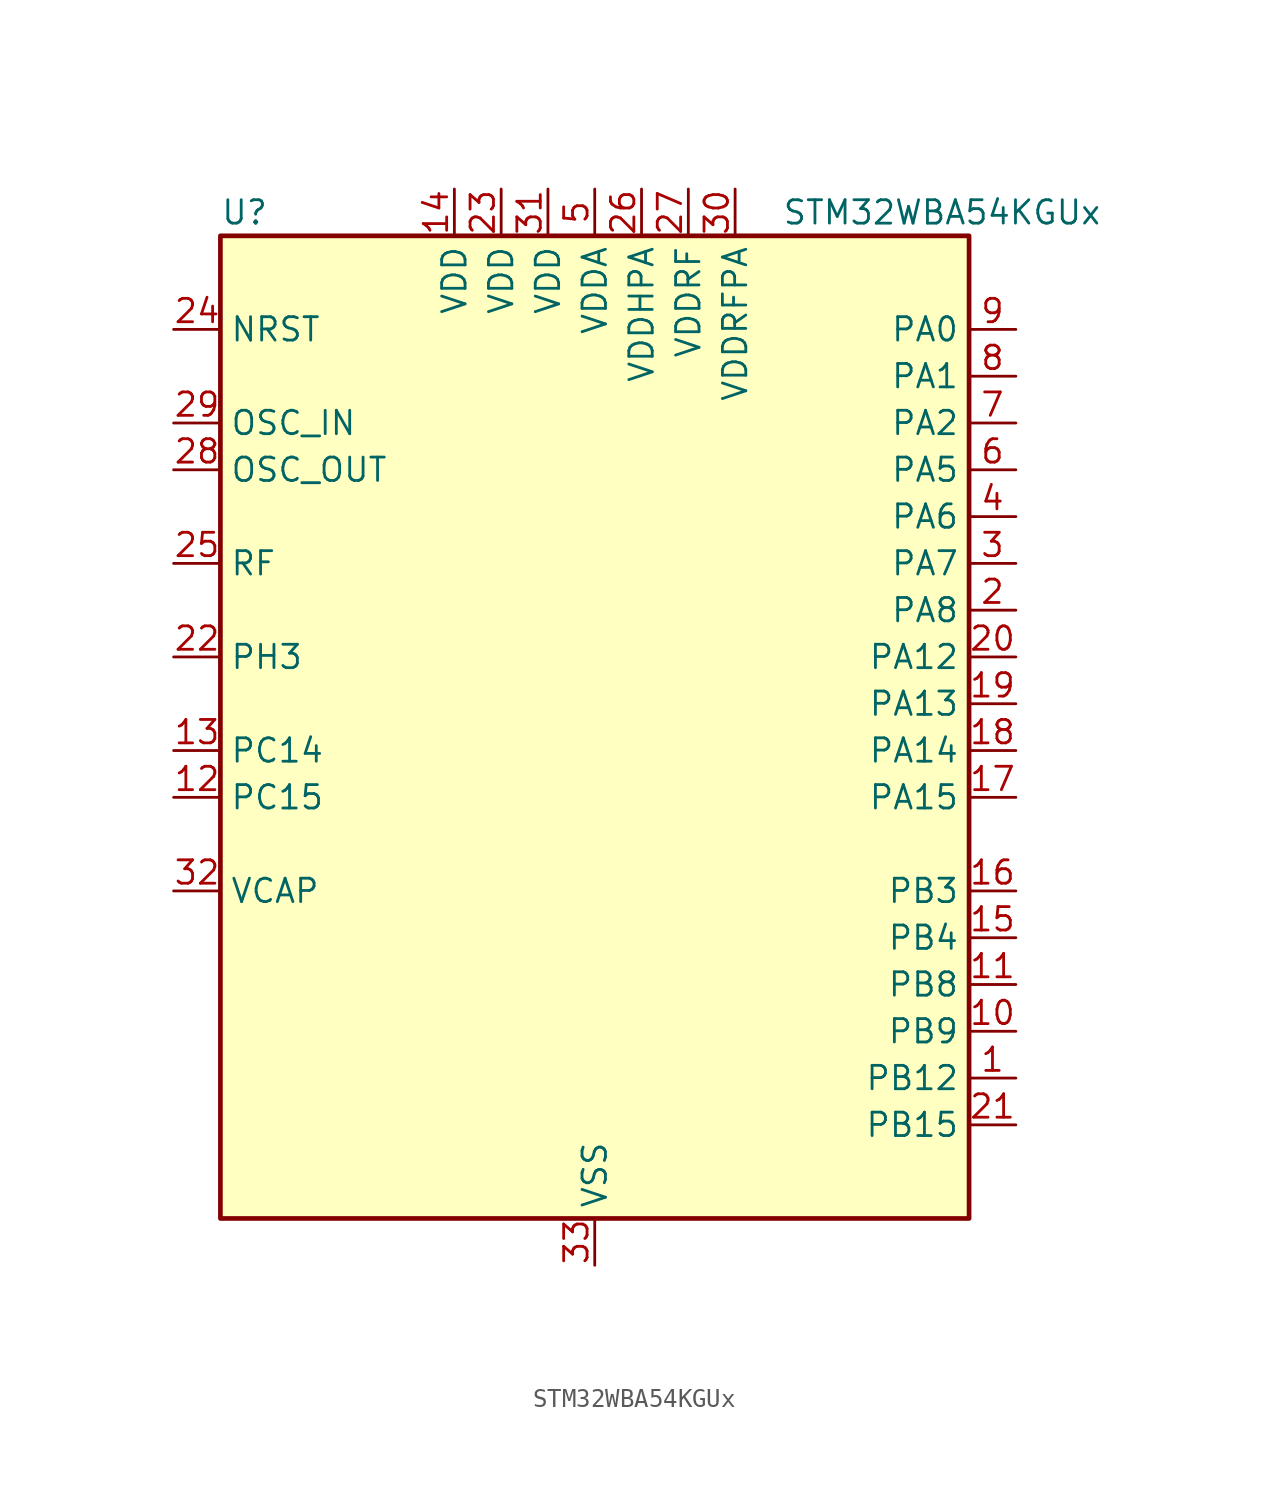
<source format=kicad_sym>
(kicad_symbol_lib
  (version 20241209)
  (generator "kicad_symbol_editor")
  (generator_version "9.0")
  (symbol "STM32WBA54KGUx"
    (property "Reference" "U"
      (at -20.32 29.21 0)
      (effects (font (size 1.27 1.27)) (justify left)))
    (property "Value" "STM32WBA54KGUx"
      (at 10.16 29.21 0)
      (effects (font (size 1.27 1.27)) (justify left)))
    (symbol "STM32WBA54KGUx_0_1"
      (rectangle (start -20.32 -25.4) (end 20.32 27.94) (stroke (width 0.254) (type default)) (fill (type background))))
    (symbol "STM32WBA54KGUx_1_1"
      (pin input line (at -22.86 22.86 0) (length 2.54) (name "NRST" (effects (font (size 1.27 1.27)))) (number "24" (effects (font (size 1.27 1.27)))))
      (pin input line (at -22.86 17.78 0) (length 2.54) (name "OSC_IN" (effects (font (size 1.27 1.27)))) (number "29" (effects (font (size 1.27 1.27)))) (alternate "RCC_OSC_IN" bidirectional line))
      (pin input line (at -22.86 15.24 0) (length 2.54) (name "OSC_OUT" (effects (font (size 1.27 1.27)))) (number "28" (effects (font (size 1.27 1.27)))) (alternate "RCC_OSC_OUT" bidirectional line))
      (pin bidirectional line (at -22.86 10.16 0) (length 2.54) (name "RF" (effects (font (size 1.27 1.27)))) (number "25" (effects (font (size 1.27 1.27)))))
      (pin bidirectional line (at -22.86 5.08 0) (length 2.54) (name "PH3" (effects (font (size 1.27 1.27)))) (number "22" (effects (font (size 1.27 1.27)))) (alternate "PTA_GRANT" bidirectional line) (alternate "RF_EXTPABYP" bidirectional line) (alternate "TAMP_IN2" bidirectional line) (alternate "TAMP_OUT1" bidirectional line))
      (pin bidirectional line (at -22.86 0 0) (length 2.54) (name "PC14" (effects (font (size 1.27 1.27)))) (number "13" (effects (font (size 1.27 1.27)))) (alternate "RCC_OSC32_IN" bidirectional line))
      (pin bidirectional line (at -22.86 -2.54 0) (length 2.54) (name "PC15" (effects (font (size 1.27 1.27)))) (number "12" (effects (font (size 1.27 1.27)))) (alternate "ADC4_EXTI15" bidirectional line) (alternate "RCC_OSC32_OUT" bidirectional line))
      (pin power_out line (at -22.86 -7.62 0) (length 2.54) (name "VCAP" (effects (font (size 1.27 1.27)))) (number "32" (effects (font (size 1.27 1.27)))))
      (pin power_in line (at -7.62 30.48 270) (length 2.54) (name "VDD" (effects (font (size 1.27 1.27)))) (number "14" (effects (font (size 1.27 1.27)))))
      (pin power_in line (at -5.08 30.48 270) (length 2.54) (name "VDD" (effects (font (size 1.27 1.27)))) (number "23" (effects (font (size 1.27 1.27)))))
      (pin power_in line (at -2.54 30.48 270) (length 2.54) (name "VDD" (effects (font (size 1.27 1.27)))) (number "31" (effects (font (size 1.27 1.27)))))
      (pin power_in line (at 0 30.48 270) (length 2.54) (name "VDDA" (effects (font (size 1.27 1.27)))) (number "5" (effects (font (size 1.27 1.27)))))
      (pin power_in line (at 0 -27.94 90) (length 2.54) (name "VSS" (effects (font (size 1.27 1.27)))) (number "33" (effects (font (size 1.27 1.27)))))
      (pin power_in line (at 2.54 30.48 270) (length 2.54) (name "VDDHPA" (effects (font (size 1.27 1.27)))) (number "26" (effects (font (size 1.27 1.27)))))
      (pin power_in line (at 5.08 30.48 270) (length 2.54) (name "VDDRF" (effects (font (size 1.27 1.27)))) (number "27" (effects (font (size 1.27 1.27)))))
      (pin power_in line (at 7.62 30.48 270) (length 2.54) (name "VDDRFPA" (effects (font (size 1.27 1.27)))) (number "30" (effects (font (size 1.27 1.27)))))
      (pin bidirectional line (at 22.86 22.86 180) (length 2.54) (name "PA0" (effects (font (size 1.27 1.27)))) (number "9" (effects (font (size 1.27 1.27)))) (alternate "ADC4_IN9" bidirectional line) (alternate "COMP2_INP" bidirectional line) (alternate "LPTIM1_IN1" bidirectional line) (alternate "LPUART1_CTS" bidirectional line) (alternate "PWR_WKUP1" bidirectional line) (alternate "SPI3_SCK" bidirectional line) (alternate "TIM1_CH2N" bidirectional line) (alternate "TIM3_CH3" bidirectional line) (alternate "TIM3_ETR" bidirectional line) (alternate "TSC_G2_IO2" bidirectional line))
      (pin bidirectional line (at 22.86 20.32 180) (length 2.54) (name "PA1" (effects (font (size 1.27 1.27)))) (number "8" (effects (font (size 1.27 1.27)))) (alternate "ADC4_IN8" bidirectional line) (alternate "COMP1_INM" bidirectional line) (alternate "LPTIM2_CH2" bidirectional line) (alternate "LPUART1_RX" bidirectional line) (alternate "PWR_WKUP3" bidirectional line) (alternate "SAI1_CK1" bidirectional line) (alternate "SPI1_RDY" bidirectional line) (alternate "TIM17_CH1" bidirectional line) (alternate "TIM1_CH1N" bidirectional line) (alternate "TIM3_CH2" bidirectional line) (alternate "TSC_G2_IO1" bidirectional line) (alternate "USART1_CK" bidirectional line))
      (pin bidirectional line (at 22.86 17.78 180) (length 2.54) (name "PA2" (effects (font (size 1.27 1.27)))) (number "7" (effects (font (size 1.27 1.27)))) (alternate "ADC4_IN7" bidirectional line) (alternate "COMP1_INP" bidirectional line) (alternate "LPUART1_TX" bidirectional line) (alternate "PWR_WKUP4" bidirectional line) (alternate "RCC_LSCO" bidirectional line) (alternate "SAI1_D1" bidirectional line) (alternate "TIM16_CH1" bidirectional line) (alternate "TIM1_BKIN" bidirectional line) (alternate "TIM3_CH1" bidirectional line) (alternate "TSC_G4_IO4" bidirectional line) (alternate "USART1_DE" bidirectional line) (alternate "USART1_RTS" bidirectional line))
      (pin bidirectional line (at 22.86 15.24 180) (length 2.54) (name "PA5" (effects (font (size 1.27 1.27)))) (number "6" (effects (font (size 1.27 1.27)))) (alternate "ADC4_IN4" bidirectional line) (alternate "AUDIOCLK" bidirectional line) (alternate "LPTIM2_ETR" bidirectional line) (alternate "PWR_CSLEEP" bidirectional line) (alternate "PWR_WKUP6" bidirectional line) (alternate "SAI1_D2" bidirectional line) (alternate "SPI3_NSS" bidirectional line) (alternate "TIM2_CH1" bidirectional line) (alternate "TIM2_ETR" bidirectional line) (alternate "TSC_G1_IO4" bidirectional line) (alternate "USART1_CK" bidirectional line))
      (pin bidirectional line (at 22.86 12.7 180) (length 2.54) (name "PA6" (effects (font (size 1.27 1.27)))) (number "4" (effects (font (size 1.27 1.27)))) (alternate "ADC4_IN3" bidirectional line) (alternate "I2C3_SCL" bidirectional line) (alternate "PWR_CSTOP" bidirectional line) (alternate "PWR_WKUP7" bidirectional line) (alternate "SAI1_CK2" bidirectional line) (alternate "SAI1_MCLK_A" bidirectional line) (alternate "SPI3_RDY" bidirectional line) (alternate "TIM2_CH4" bidirectional line) (alternate "TSC_G1_IO3" bidirectional line) (alternate "USART1_DE" bidirectional line) (alternate "USART1_RTS" bidirectional line))
      (pin bidirectional line (at 22.86 10.16 180) (length 2.54) (name "PA7" (effects (font (size 1.27 1.27)))) (number "3" (effects (font (size 1.27 1.27)))) (alternate "ADC4_IN2" bidirectional line) (alternate "COMP1_OUT" bidirectional line) (alternate "I2C3_SDA" bidirectional line) (alternate "PWR_WKUP8" bidirectional line) (alternate "SAI1_SCK_A" bidirectional line) (alternate "TAMP_IN1" bidirectional line) (alternate "TAMP_OUT2" bidirectional line) (alternate "TIM2_CH3" bidirectional line) (alternate "TSC_G1_IO2" bidirectional line) (alternate "USART1_CTS" bidirectional line))
      (pin bidirectional line (at 22.86 7.62 180) (length 2.54) (name "PA8" (effects (font (size 1.27 1.27)))) (number "2" (effects (font (size 1.27 1.27)))) (alternate "ADC4_IN1" bidirectional line) (alternate "LPTIM1_CH2" bidirectional line) (alternate "RCC_MCO" bidirectional line) (alternate "SAI1_FS_A" bidirectional line) (alternate "SPI3_RDY" bidirectional line) (alternate "TIM2_CH2" bidirectional line) (alternate "TSC_G1_IO1" bidirectional line) (alternate "USART1_RX" bidirectional line))
      (pin bidirectional line (at 22.86 5.08 180) (length 2.54) (name "PA12" (effects (font (size 1.27 1.27)))) (number "20" (effects (font (size 1.27 1.27)))) (alternate "COMP2_OUT" bidirectional line) (alternate "PTA_STATUS" bidirectional line) (alternate "PWR_WKUP6" bidirectional line) (alternate "RF_ANTSW0" bidirectional line) (alternate "SPI1_NSS" bidirectional line) (alternate "TIM1_CH2" bidirectional line) (alternate "TSC_G3_IO4" bidirectional line) (alternate "USART2_TX" bidirectional line))
      (pin bidirectional line (at 22.86 2.54 180) (length 2.54) (name "PA13" (effects (font (size 1.27 1.27)))) (number "19" (effects (font (size 1.27 1.27)))) (alternate "DEBUG_JTMS-SWDIO" bidirectional line) (alternate "IR_OUT" bidirectional line) (alternate "PTA_PRIORITY" bidirectional line))
      (pin bidirectional line (at 22.86 0 180) (length 2.54) (name "PA14" (effects (font (size 1.27 1.27)))) (number "18" (effects (font (size 1.27 1.27)))) (alternate "COMP2_OUT" bidirectional line) (alternate "DEBUG_JTCK-SWCLK" bidirectional line) (alternate "PTA_STATUS" bidirectional line) (alternate "TAMP_IN3" bidirectional line) (alternate "TAMP_OUT6" bidirectional line) (alternate "USART2_TX" bidirectional line))
      (pin bidirectional line (at 22.86 -2.54 180) (length 2.54) (name "PA15" (effects (font (size 1.27 1.27)))) (number "17" (effects (font (size 1.27 1.27)))) (alternate "ADC4_EXTI15" bidirectional line) (alternate "DEBUG_JTDI" bidirectional line) (alternate "I2C1_SCL" bidirectional line) (alternate "LPTIM1_CH2" bidirectional line) (alternate "PTA_STATUS" bidirectional line) (alternate "SPI1_MOSI" bidirectional line) (alternate "TIM17_BKIN" bidirectional line) (alternate "TIM1_ETR" bidirectional line) (alternate "TSC_G3_IO3" bidirectional line) (alternate "USART2_DE" bidirectional line) (alternate "USART2_RTS" bidirectional line))
      (pin bidirectional line (at 22.86 -7.62 180) (length 2.54) (name "PB3" (effects (font (size 1.27 1.27)))) (number "16" (effects (font (size 1.27 1.27)))) (alternate "DEBUG_JTDO-SWO" bidirectional line) (alternate "I2C1_SDA" bidirectional line) (alternate "LPTIM1_IN2" bidirectional line) (alternate "PTA_ACTIVE" bidirectional line) (alternate "SPI1_MISO" bidirectional line) (alternate "TIM17_CH1N" bidirectional line) (alternate "TIM1_CH4" bidirectional line) (alternate "TSC_G3_IO2" bidirectional line) (alternate "USART2_CK" bidirectional line))
      (pin bidirectional line (at 22.86 -10.16 180) (length 2.54) (name "PB4" (effects (font (size 1.27 1.27)))) (number "15" (effects (font (size 1.27 1.27)))) (alternate "DEBUG_JTRST" bidirectional line) (alternate "LPTIM2_IN2" bidirectional line) (alternate "PTA_ACTIVE" bidirectional line) (alternate "PTA_PRIORITY" bidirectional line) (alternate "SAI1_MCLK_B" bidirectional line) (alternate "SPI1_SCK" bidirectional line) (alternate "TIM17_CH1" bidirectional line) (alternate "TIM1_CH3" bidirectional line) (alternate "TSC_G3_IO1" bidirectional line) (alternate "USART2_RX" bidirectional line))
      (pin bidirectional line (at 22.86 -12.7 180) (length 2.54) (name "PB8" (effects (font (size 1.27 1.27)))) (number "11" (effects (font (size 1.27 1.27)))) (alternate "COMP1_OUT" bidirectional line) (alternate "LPTIM1_ETR" bidirectional line) (alternate "PWR_PVD_IN" bidirectional line) (alternate "SPI3_MOSI" bidirectional line) (alternate "TIM16_CH1N" bidirectional line) (alternate "TIM1_CH1" bidirectional line) (alternate "TIM3_ETR" bidirectional line) (alternate "TSC_G2_IO4" bidirectional line) (alternate "USART2_RX" bidirectional line))
      (pin bidirectional line (at 22.86 -15.24 180) (length 2.54) (name "PB9" (effects (font (size 1.27 1.27)))) (number "10" (effects (font (size 1.27 1.27)))) (alternate "ADC4_IN10" bidirectional line) (alternate "COMP2_INM" bidirectional line) (alternate "IR_OUT" bidirectional line) (alternate "LPTIM2_IN1" bidirectional line) (alternate "LPUART1_DE" bidirectional line) (alternate "LPUART1_RTS" bidirectional line) (alternate "PWR_WKUP8" bidirectional line) (alternate "SPI3_MISO" bidirectional line) (alternate "TIM16_CH1" bidirectional line) (alternate "TIM1_CH3N" bidirectional line) (alternate "TIM3_CH4" bidirectional line) (alternate "TSC_G2_IO3" bidirectional line))
      (pin bidirectional line (at 22.86 -17.78 180) (length 2.54) (name "PB12" (effects (font (size 1.27 1.27)))) (number "1" (effects (font (size 1.27 1.27)))) (alternate "SAI1_SD_A" bidirectional line) (alternate "SPI1_RDY" bidirectional line) (alternate "TIM2_CH1" bidirectional line) (alternate "TIM2_ETR" bidirectional line) (alternate "TIM3_ETR" bidirectional line) (alternate "TSC_SYNC" bidirectional line) (alternate "USART1_TX" bidirectional line))
      (pin bidirectional line (at 22.86 -20.32 180) (length 2.54) (name "PB15" (effects (font (size 1.27 1.27)))) (number "21" (effects (font (size 1.27 1.27)))) (alternate "ADC4_EXTI15" bidirectional line) (alternate "I2C1_SMBA" bidirectional line) (alternate "I2C3_SMBA" bidirectional line) (alternate "LPUART1_CTS" bidirectional line) (alternate "PTA_GRANT" bidirectional line) (alternate "RF_EXTPABYP" bidirectional line) (alternate "TIM16_BKIN" bidirectional line) (alternate "TIM1_BKIN2" bidirectional line) (alternate "USART2_CTS" bidirectional line)))))
</source>
